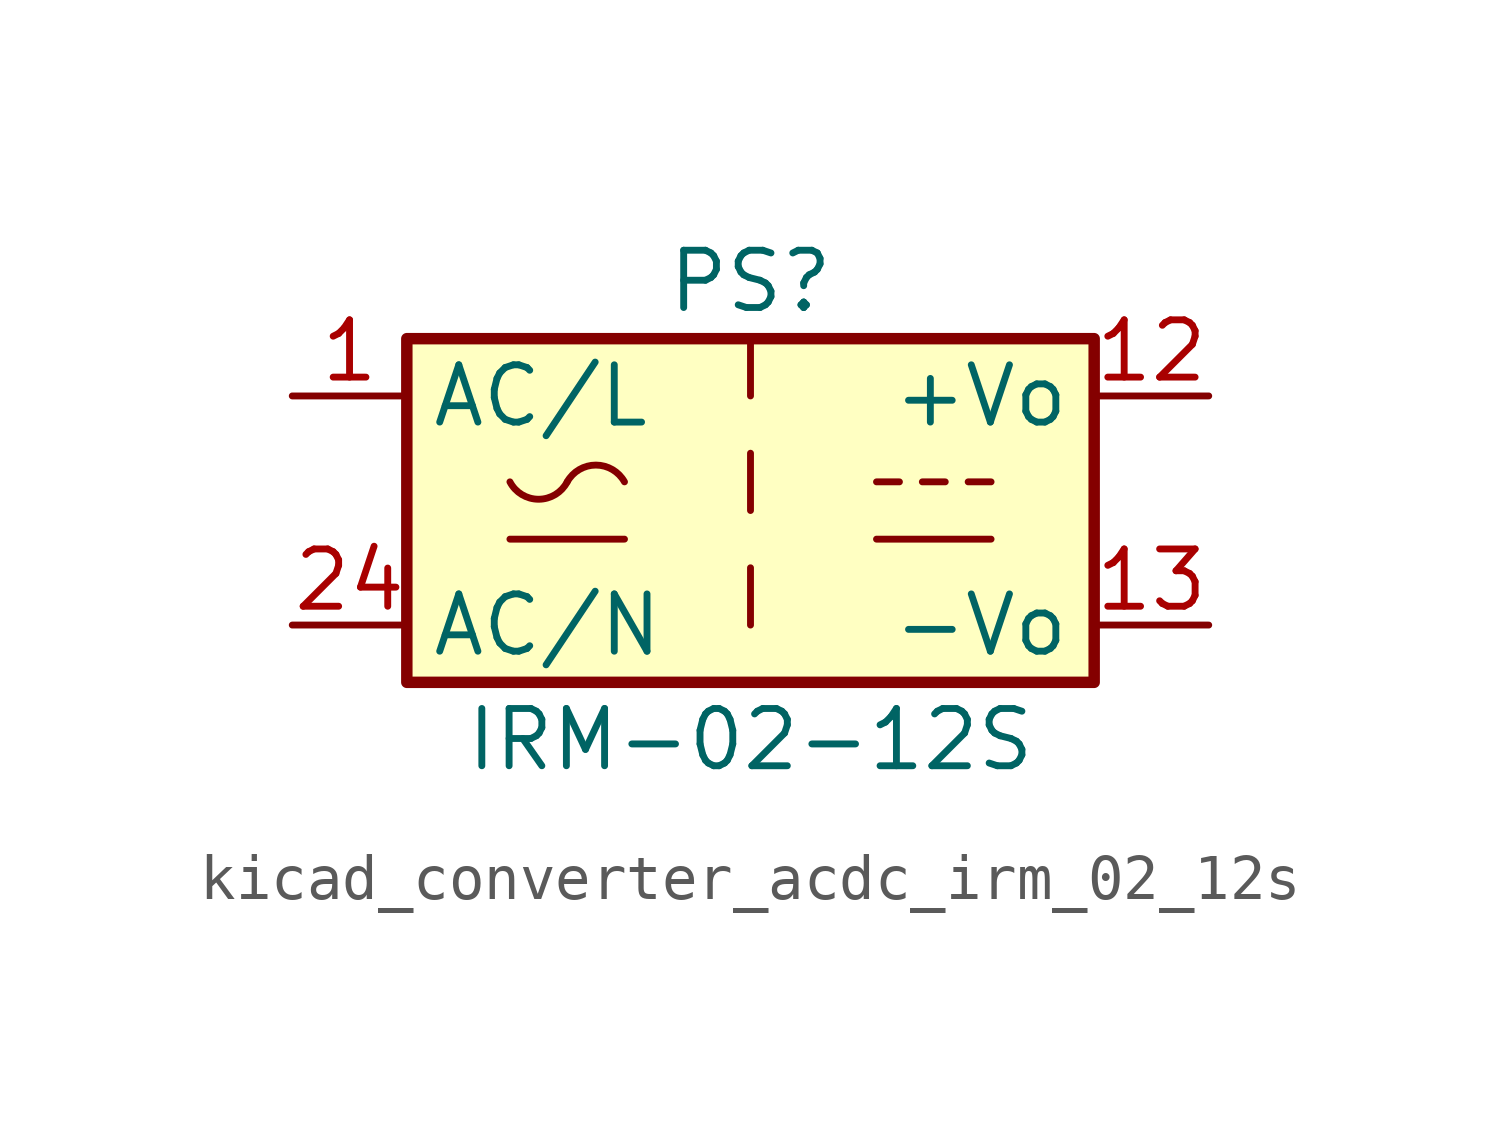
<source format=kicad_sym>
(kicad_symbol_lib
  (version 20220914)
  (generator kicad_symbol_editor)
  (symbol "kicad_converter_acdc_irm_02_12s"
    (property "Reference" "PS"
      (at 0 5.08 0)
      (effects (font (size 1.27 1.27))))
    (property "Value" "IRM-02-12S"
      (at 0 -5.08 0)
      (effects (font (size 1.27 1.27))))
    (symbol "kicad_converter_acdc_irm_02_12s_1_1"
      (rectangle (start -7.62 3.81) (end 7.62 -3.81) (stroke (width 0.254) (type default)) (fill (type background)))
      (arc (start -5.334 0.635) (mid -4.699 0.2495) (end -4.064 0.635) (stroke (width 0) (type default)) (fill (type none)))
      (arc (start -2.794 0.635) (mid -3.429 1.0072) (end -4.064 0.635) (stroke (width 0) (type default)) (fill (type none)))
      (polyline (pts (xy -5.334 -0.635) (xy -2.794 -0.635)) (stroke (width 0) (type default)) (fill (type none)))
      (polyline (pts (xy 0 -1.27) (xy 0 -2.54)) (stroke (width 0) (type default)) (fill (type none)))
      (polyline (pts (xy 0 1.27) (xy 0 0)) (stroke (width 0) (type default)) (fill (type none)))
      (polyline (pts (xy 0 3.81) (xy 0 2.54)) (stroke (width 0) (type default)) (fill (type none)))
      (polyline (pts (xy 2.794 -0.635) (xy 5.334 -0.635)) (stroke (width 0) (type default)) (fill (type none)))
      (polyline (pts (xy 2.794 0.635) (xy 3.302 0.635)) (stroke (width 0) (type default)) (fill (type none)))
      (polyline (pts (xy 3.81 0.635) (xy 4.318 0.635)) (stroke (width 0) (type default)) (fill (type none)))
      (polyline (pts (xy 4.826 0.635) (xy 5.334 0.635)) (stroke (width 0) (type default)) (fill (type none)))
      (pin power_in line (at -10.16 2.54 0) (length 2.54) (name "AC/L" (effects (font (size 1.27 1.27)))) (number "1" (effects (font (size 1.27 1.27)))))
      (pin power_out line (at 10.16 2.54 180) (length 2.54) (name "+Vo" (effects (font (size 1.27 1.27)))) (number "12" (effects (font (size 1.27 1.27)))))
      (pin power_out line (at 10.16 -2.54 180) (length 2.54) (name "-Vo" (effects (font (size 1.27 1.27)))) (number "13" (effects (font (size 1.27 1.27)))))
      (pin power_in line (at -10.16 -2.54 0) (length 2.54) (name "AC/N" (effects (font (size 1.27 1.27)))) (number "24" (effects (font (size 1.27 1.27))))))))
</source>
